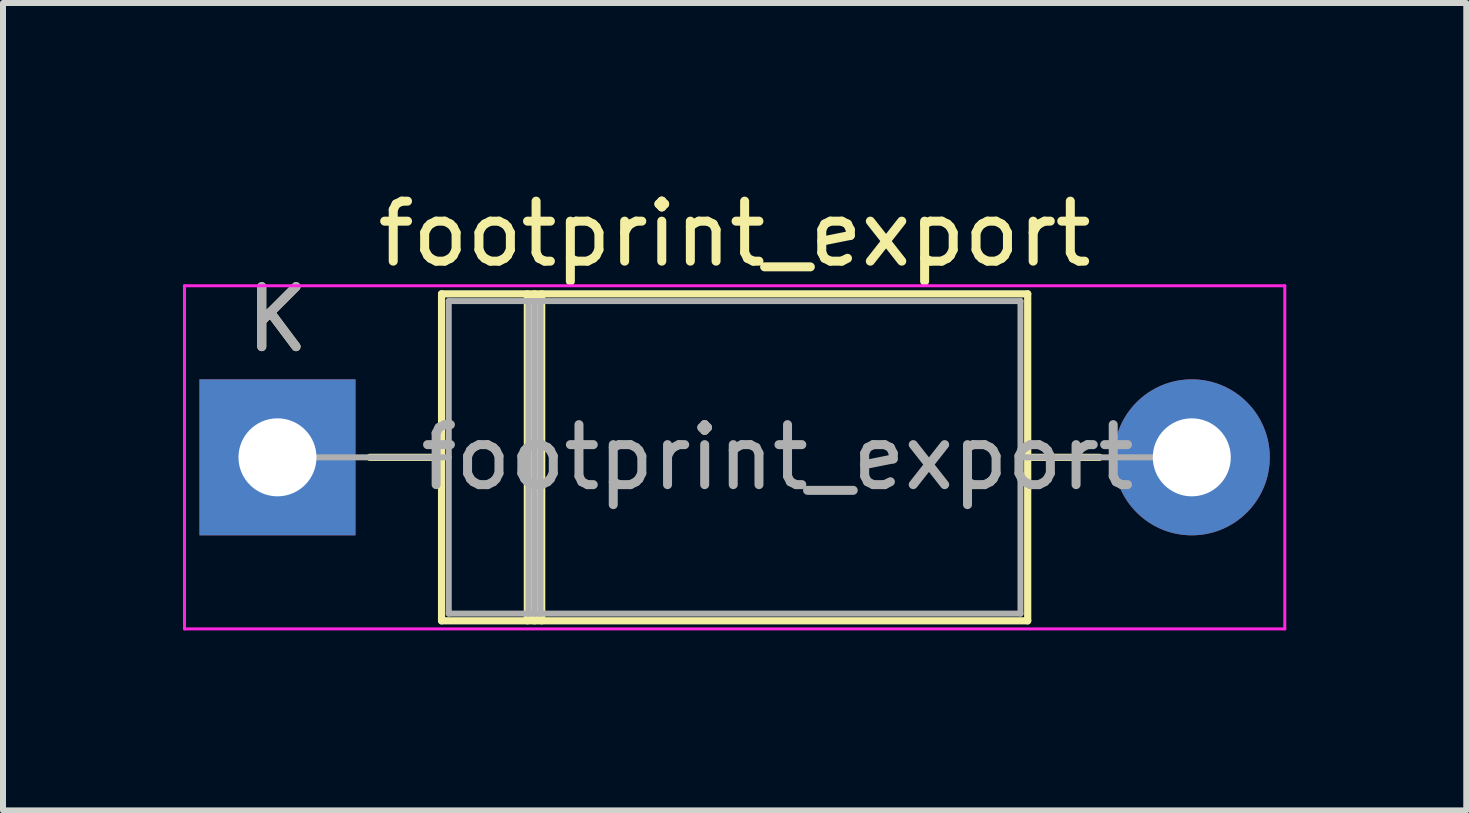
<source format=kicad_pcb>
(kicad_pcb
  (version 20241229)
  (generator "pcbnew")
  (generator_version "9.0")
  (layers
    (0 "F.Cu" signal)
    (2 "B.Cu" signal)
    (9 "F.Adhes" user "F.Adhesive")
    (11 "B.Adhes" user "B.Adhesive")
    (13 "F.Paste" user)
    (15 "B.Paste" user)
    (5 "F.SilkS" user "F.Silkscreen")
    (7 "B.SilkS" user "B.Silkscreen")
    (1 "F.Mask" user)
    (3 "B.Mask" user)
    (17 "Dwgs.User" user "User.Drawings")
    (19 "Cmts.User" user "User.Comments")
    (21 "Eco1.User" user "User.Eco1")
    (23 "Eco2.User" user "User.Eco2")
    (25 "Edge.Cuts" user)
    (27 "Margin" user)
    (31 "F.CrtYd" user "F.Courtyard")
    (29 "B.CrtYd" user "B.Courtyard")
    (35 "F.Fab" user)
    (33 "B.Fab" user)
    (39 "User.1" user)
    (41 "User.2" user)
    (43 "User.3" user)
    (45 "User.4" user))
  (footprint "footprint_export"
    (layer "F.Cu")
    (at 1.575 4.573)
    (property "Reference" "footprint_export" (at 7.62 -3.725 0) (layer "F.SilkS") (effects (font (size 1 1) (thickness 0.15))))
    (attr through_hole)
    (fp_line (start 1.54 0) (end 2.735 0) (stroke (width 0.12) (type solid)) (layer "F.SilkS"))
    (fp_line (start 2.735 -2.725) (end 2.735 2.725) (stroke (width 0.12) (type solid)) (layer "F.SilkS"))
    (fp_line (start 2.735 2.725) (end 12.505 2.725) (stroke (width 0.12) (type solid)) (layer "F.SilkS"))
    (fp_line (start 4.165 -2.725) (end 4.165 2.725) (stroke (width 0.12) (type solid)) (layer "F.SilkS"))
    (fp_line (start 4.285 -2.725) (end 4.285 2.725) (stroke (width 0.12) (type solid)) (layer "F.SilkS"))
    (fp_line (start 4.404 -2.725) (end 4.404 2.725) (stroke (width 0.12) (type solid)) (layer "F.SilkS"))
    (fp_line (start 12.505 -2.725) (end 2.735 -2.725) (stroke (width 0.12) (type solid)) (layer "F.SilkS"))
    (fp_line (start 12.505 2.725) (end 12.505 -2.725) (stroke (width 0.12) (type solid)) (layer "F.SilkS"))
    (fp_line (start 13.7 0) (end 12.505 0) (stroke (width 0.12) (type solid)) (layer "F.SilkS"))
    (fp_line (start -1.55 -2.86) (end -1.55 2.86) (stroke (width 0.05) (type solid)) (layer "F.CrtYd"))
    (fp_line (start -1.55 2.86) (end 16.79 2.86) (stroke (width 0.05) (type solid)) (layer "F.CrtYd"))
    (fp_line (start 16.79 -2.86) (end -1.55 -2.86) (stroke (width 0.05) (type solid)) (layer "F.CrtYd"))
    (fp_line (start 16.79 2.86) (end 16.79 -2.86) (stroke (width 0.05) (type solid)) (layer "F.CrtYd"))
    (fp_line (start 0 0) (end 2.855 0) (stroke (width 0.1) (type solid)) (layer "F.Fab"))
    (fp_line (start 2.855 -2.605) (end 2.855 2.605) (stroke (width 0.1) (type solid)) (layer "F.Fab"))
    (fp_line (start 2.855 2.605) (end 12.385 2.605) (stroke (width 0.1) (type solid)) (layer "F.Fab"))
    (fp_line (start 4.184 -2.605) (end 4.184 2.605) (stroke (width 0.1) (type solid)) (layer "F.Fab"))
    (fp_line (start 4.285 -2.605) (end 4.285 2.605) (stroke (width 0.1) (type solid)) (layer "F.Fab"))
    (fp_line (start 4.385 -2.605) (end 4.385 2.605) (stroke (width 0.1) (type solid)) (layer "F.Fab"))
    (fp_line (start 12.385 -2.605) (end 2.855 -2.605) (stroke (width 0.1) (type solid)) (layer "F.Fab"))
    (fp_line (start 12.385 2.605) (end 12.385 -2.605) (stroke (width 0.1) (type solid)) (layer "F.Fab"))
    (fp_line (start 15.24 0) (end 12.385 0) (stroke (width 0.1) (type solid)) (layer "F.Fab"))
    (fp_text user "K" (at 0 -2.3 0) (layer "F.SilkS") (effects (font (size 1 1) (thickness 0.15))))
    (fp_text user "${REFERENCE}" (at 8.335 0 0) (layer "F.Fab") (effects (font (size 1 1) (thickness 0.15))))
    (fp_text user "K" (at 0 -2.3 0) (layer "F.Fab") (effects (font (size 1 1) (thickness 0.15))))
    (pad "1" thru_hole rect (at 0 0) (size 2.6 2.6) (drill 1.3) (layers "*.Cu" "*.Mask"))
    (pad "2" thru_hole oval (at 15.24 0) (size 2.6 2.6) (drill 1.3) (layers "*.Cu" "*.Mask")))
  (gr_rect
    (start -3 -3)
    (end 21.39 10.458)
    (stroke (width 0.1) (type default))
    (fill no)
    (layer "Edge.Cuts")))
</source>
